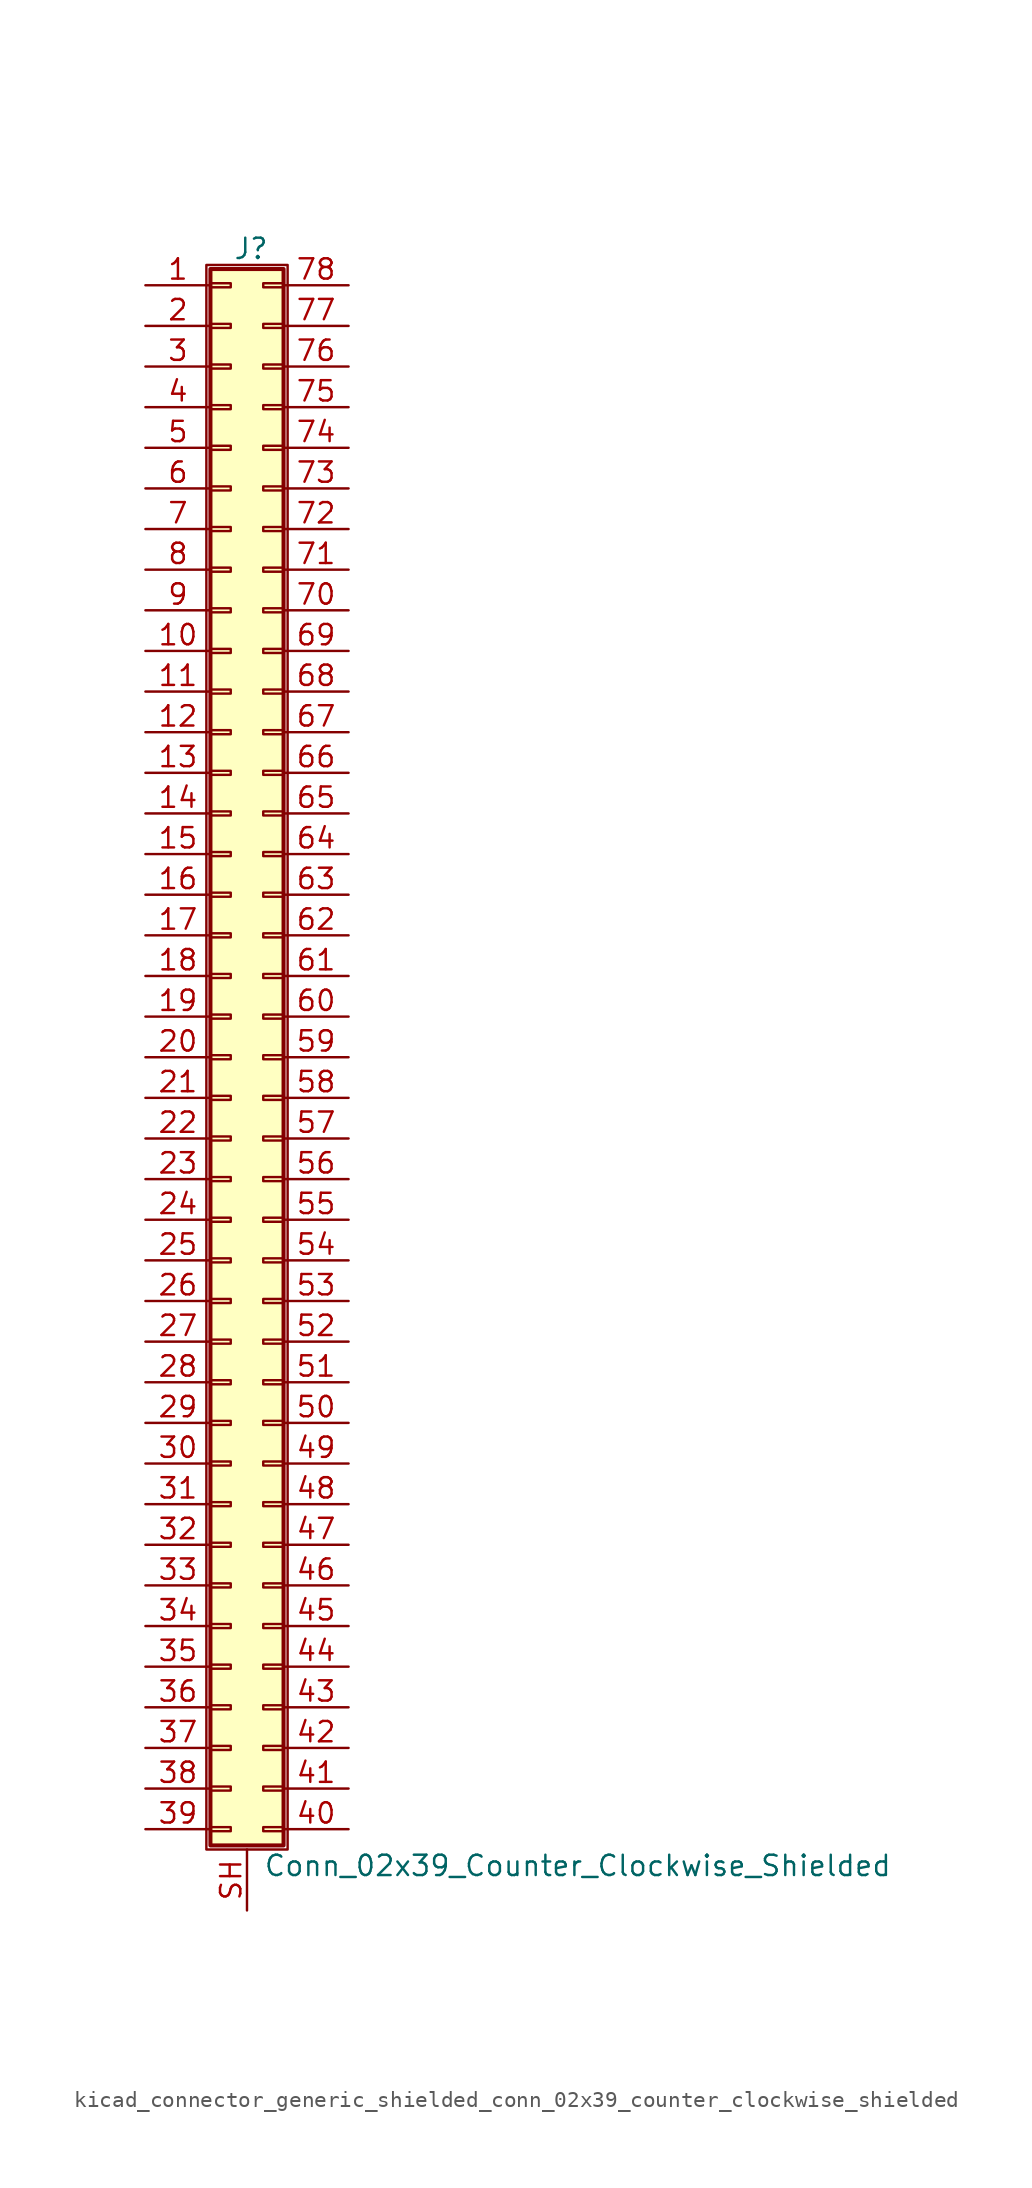
<source format=kicad_sym>
(kicad_symbol_lib
  (version 20220914)
  (generator kicad_symbol_editor)
  (symbol "kicad_connector_generic_shielded_conn_02x39_counter_clockwise_shielded"
    (pin_names
      (offset 1.016) hide)
    (property "Reference" "J"
      (at 1.524 50.546 0)
      (effects (font (size 1.27 1.27))))
    (property "Value" "Conn_02x39_Counter_Clockwise_Shielded"
      (at 2.286 -50.546 0)
      (effects (font (size 1.27 1.27)) (justify left)))
    (symbol "kicad_connector_generic_shielded_conn_02x39_counter_clockwise_shielded_1_1"
      (rectangle (start -1.27 49.53) (end 3.81 -49.53) (stroke (width 0.152) (type default)) (fill (type none)))
      (rectangle (start -1.016 -48.133) (end 0.254 -48.387) (stroke (width 0.152) (type default)) (fill (type none)))
      (rectangle (start -1.016 -45.593) (end 0.254 -45.847) (stroke (width 0.152) (type default)) (fill (type none)))
      (rectangle (start -1.016 -43.053) (end 0.254 -43.307) (stroke (width 0.152) (type default)) (fill (type none)))
      (rectangle (start -1.016 -40.513) (end 0.254 -40.767) (stroke (width 0.152) (type default)) (fill (type none)))
      (rectangle (start -1.016 -37.973) (end 0.254 -38.227) (stroke (width 0.152) (type default)) (fill (type none)))
      (rectangle (start -1.016 -35.433) (end 0.254 -35.687) (stroke (width 0.152) (type default)) (fill (type none)))
      (rectangle (start -1.016 -32.893) (end 0.254 -33.147) (stroke (width 0.152) (type default)) (fill (type none)))
      (rectangle (start -1.016 -30.353) (end 0.254 -30.607) (stroke (width 0.152) (type default)) (fill (type none)))
      (rectangle (start -1.016 -27.813) (end 0.254 -28.067) (stroke (width 0.152) (type default)) (fill (type none)))
      (rectangle (start -1.016 -25.273) (end 0.254 -25.527) (stroke (width 0.152) (type default)) (fill (type none)))
      (rectangle (start -1.016 -22.733) (end 0.254 -22.987) (stroke (width 0.152) (type default)) (fill (type none)))
      (rectangle (start -1.016 -20.193) (end 0.254 -20.447) (stroke (width 0.152) (type default)) (fill (type none)))
      (rectangle (start -1.016 -17.653) (end 0.254 -17.907) (stroke (width 0.152) (type default)) (fill (type none)))
      (rectangle (start -1.016 -15.113) (end 0.254 -15.367) (stroke (width 0.152) (type default)) (fill (type none)))
      (rectangle (start -1.016 -12.573) (end 0.254 -12.827) (stroke (width 0.152) (type default)) (fill (type none)))
      (rectangle (start -1.016 -10.033) (end 0.254 -10.287) (stroke (width 0.152) (type default)) (fill (type none)))
      (rectangle (start -1.016 -7.493) (end 0.254 -7.747) (stroke (width 0.152) (type default)) (fill (type none)))
      (rectangle (start -1.016 -4.953) (end 0.254 -5.207) (stroke (width 0.152) (type default)) (fill (type none)))
      (rectangle (start -1.016 -2.413) (end 0.254 -2.667) (stroke (width 0.152) (type default)) (fill (type none)))
      (rectangle (start -1.016 0.127) (end 0.254 -0.127) (stroke (width 0.152) (type default)) (fill (type none)))
      (rectangle (start -1.016 2.667) (end 0.254 2.413) (stroke (width 0.152) (type default)) (fill (type none)))
      (rectangle (start -1.016 5.207) (end 0.254 4.953) (stroke (width 0.152) (type default)) (fill (type none)))
      (rectangle (start -1.016 7.747) (end 0.254 7.493) (stroke (width 0.152) (type default)) (fill (type none)))
      (rectangle (start -1.016 10.287) (end 0.254 10.033) (stroke (width 0.152) (type default)) (fill (type none)))
      (rectangle (start -1.016 12.827) (end 0.254 12.573) (stroke (width 0.152) (type default)) (fill (type none)))
      (rectangle (start -1.016 15.367) (end 0.254 15.113) (stroke (width 0.152) (type default)) (fill (type none)))
      (rectangle (start -1.016 17.907) (end 0.254 17.653) (stroke (width 0.152) (type default)) (fill (type none)))
      (rectangle (start -1.016 20.447) (end 0.254 20.193) (stroke (width 0.152) (type default)) (fill (type none)))
      (rectangle (start -1.016 22.987) (end 0.254 22.733) (stroke (width 0.152) (type default)) (fill (type none)))
      (rectangle (start -1.016 25.527) (end 0.254 25.273) (stroke (width 0.152) (type default)) (fill (type none)))
      (rectangle (start -1.016 28.067) (end 0.254 27.813) (stroke (width 0.152) (type default)) (fill (type none)))
      (rectangle (start -1.016 30.607) (end 0.254 30.353) (stroke (width 0.152) (type default)) (fill (type none)))
      (rectangle (start -1.016 33.147) (end 0.254 32.893) (stroke (width 0.152) (type default)) (fill (type none)))
      (rectangle (start -1.016 35.687) (end 0.254 35.433) (stroke (width 0.152) (type default)) (fill (type none)))
      (rectangle (start -1.016 38.227) (end 0.254 37.973) (stroke (width 0.152) (type default)) (fill (type none)))
      (rectangle (start -1.016 40.767) (end 0.254 40.513) (stroke (width 0.152) (type default)) (fill (type none)))
      (rectangle (start -1.016 43.307) (end 0.254 43.053) (stroke (width 0.152) (type default)) (fill (type none)))
      (rectangle (start -1.016 45.847) (end 0.254 45.593) (stroke (width 0.152) (type default)) (fill (type none)))
      (rectangle (start -1.016 48.387) (end 0.254 48.133) (stroke (width 0.152) (type default)) (fill (type none)))
      (rectangle (start -1.016 49.276) (end 3.556 -49.276) (stroke (width 0.254) (type default)) (fill (type background)))
      (rectangle (start 3.556 -48.133) (end 2.286 -48.387) (stroke (width 0.152) (type default)) (fill (type none)))
      (rectangle (start 3.556 -45.593) (end 2.286 -45.847) (stroke (width 0.152) (type default)) (fill (type none)))
      (rectangle (start 3.556 -43.053) (end 2.286 -43.307) (stroke (width 0.152) (type default)) (fill (type none)))
      (rectangle (start 3.556 -40.513) (end 2.286 -40.767) (stroke (width 0.152) (type default)) (fill (type none)))
      (rectangle (start 3.556 -37.973) (end 2.286 -38.227) (stroke (width 0.152) (type default)) (fill (type none)))
      (rectangle (start 3.556 -35.433) (end 2.286 -35.687) (stroke (width 0.152) (type default)) (fill (type none)))
      (rectangle (start 3.556 -32.893) (end 2.286 -33.147) (stroke (width 0.152) (type default)) (fill (type none)))
      (rectangle (start 3.556 -30.353) (end 2.286 -30.607) (stroke (width 0.152) (type default)) (fill (type none)))
      (rectangle (start 3.556 -27.813) (end 2.286 -28.067) (stroke (width 0.152) (type default)) (fill (type none)))
      (rectangle (start 3.556 -25.273) (end 2.286 -25.527) (stroke (width 0.152) (type default)) (fill (type none)))
      (rectangle (start 3.556 -22.733) (end 2.286 -22.987) (stroke (width 0.152) (type default)) (fill (type none)))
      (rectangle (start 3.556 -20.193) (end 2.286 -20.447) (stroke (width 0.152) (type default)) (fill (type none)))
      (rectangle (start 3.556 -17.653) (end 2.286 -17.907) (stroke (width 0.152) (type default)) (fill (type none)))
      (rectangle (start 3.556 -15.113) (end 2.286 -15.367) (stroke (width 0.152) (type default)) (fill (type none)))
      (rectangle (start 3.556 -12.573) (end 2.286 -12.827) (stroke (width 0.152) (type default)) (fill (type none)))
      (rectangle (start 3.556 -10.033) (end 2.286 -10.287) (stroke (width 0.152) (type default)) (fill (type none)))
      (rectangle (start 3.556 -7.493) (end 2.286 -7.747) (stroke (width 0.152) (type default)) (fill (type none)))
      (rectangle (start 3.556 -4.953) (end 2.286 -5.207) (stroke (width 0.152) (type default)) (fill (type none)))
      (rectangle (start 3.556 -2.413) (end 2.286 -2.667) (stroke (width 0.152) (type default)) (fill (type none)))
      (rectangle (start 3.556 0.127) (end 2.286 -0.127) (stroke (width 0.152) (type default)) (fill (type none)))
      (rectangle (start 3.556 2.667) (end 2.286 2.413) (stroke (width 0.152) (type default)) (fill (type none)))
      (rectangle (start 3.556 5.207) (end 2.286 4.953) (stroke (width 0.152) (type default)) (fill (type none)))
      (rectangle (start 3.556 7.747) (end 2.286 7.493) (stroke (width 0.152) (type default)) (fill (type none)))
      (rectangle (start 3.556 10.287) (end 2.286 10.033) (stroke (width 0.152) (type default)) (fill (type none)))
      (rectangle (start 3.556 12.827) (end 2.286 12.573) (stroke (width 0.152) (type default)) (fill (type none)))
      (rectangle (start 3.556 15.367) (end 2.286 15.113) (stroke (width 0.152) (type default)) (fill (type none)))
      (rectangle (start 3.556 17.907) (end 2.286 17.653) (stroke (width 0.152) (type default)) (fill (type none)))
      (rectangle (start 3.556 20.447) (end 2.286 20.193) (stroke (width 0.152) (type default)) (fill (type none)))
      (rectangle (start 3.556 22.987) (end 2.286 22.733) (stroke (width 0.152) (type default)) (fill (type none)))
      (rectangle (start 3.556 25.527) (end 2.286 25.273) (stroke (width 0.152) (type default)) (fill (type none)))
      (rectangle (start 3.556 28.067) (end 2.286 27.813) (stroke (width 0.152) (type default)) (fill (type none)))
      (rectangle (start 3.556 30.607) (end 2.286 30.353) (stroke (width 0.152) (type default)) (fill (type none)))
      (rectangle (start 3.556 33.147) (end 2.286 32.893) (stroke (width 0.152) (type default)) (fill (type none)))
      (rectangle (start 3.556 35.687) (end 2.286 35.433) (stroke (width 0.152) (type default)) (fill (type none)))
      (rectangle (start 3.556 38.227) (end 2.286 37.973) (stroke (width 0.152) (type default)) (fill (type none)))
      (rectangle (start 3.556 40.767) (end 2.286 40.513) (stroke (width 0.152) (type default)) (fill (type none)))
      (rectangle (start 3.556 43.307) (end 2.286 43.053) (stroke (width 0.152) (type default)) (fill (type none)))
      (rectangle (start 3.556 45.847) (end 2.286 45.593) (stroke (width 0.152) (type default)) (fill (type none)))
      (rectangle (start 3.556 48.387) (end 2.286 48.133) (stroke (width 0.152) (type default)) (fill (type none)))
      (pin passive line (at -5.08 48.26 0) (length 4.064) (name "Pin_1" (effects (font (size 1.27 1.27)))) (number "1" (effects (font (size 1.27 1.27)))))
      (pin passive line (at -5.08 25.4 0) (length 4.064) (name "Pin_10" (effects (font (size 1.27 1.27)))) (number "10" (effects (font (size 1.27 1.27)))))
      (pin passive line (at -5.08 22.86 0) (length 4.064) (name "Pin_11" (effects (font (size 1.27 1.27)))) (number "11" (effects (font (size 1.27 1.27)))))
      (pin passive line (at -5.08 20.32 0) (length 4.064) (name "Pin_12" (effects (font (size 1.27 1.27)))) (number "12" (effects (font (size 1.27 1.27)))))
      (pin passive line (at -5.08 17.78 0) (length 4.064) (name "Pin_13" (effects (font (size 1.27 1.27)))) (number "13" (effects (font (size 1.27 1.27)))))
      (pin passive line (at -5.08 15.24 0) (length 4.064) (name "Pin_14" (effects (font (size 1.27 1.27)))) (number "14" (effects (font (size 1.27 1.27)))))
      (pin passive line (at -5.08 12.7 0) (length 4.064) (name "Pin_15" (effects (font (size 1.27 1.27)))) (number "15" (effects (font (size 1.27 1.27)))))
      (pin passive line (at -5.08 10.16 0) (length 4.064) (name "Pin_16" (effects (font (size 1.27 1.27)))) (number "16" (effects (font (size 1.27 1.27)))))
      (pin passive line (at -5.08 7.62 0) (length 4.064) (name "Pin_17" (effects (font (size 1.27 1.27)))) (number "17" (effects (font (size 1.27 1.27)))))
      (pin passive line (at -5.08 5.08 0) (length 4.064) (name "Pin_18" (effects (font (size 1.27 1.27)))) (number "18" (effects (font (size 1.27 1.27)))))
      (pin passive line (at -5.08 2.54 0) (length 4.064) (name "Pin_19" (effects (font (size 1.27 1.27)))) (number "19" (effects (font (size 1.27 1.27)))))
      (pin passive line (at -5.08 45.72 0) (length 4.064) (name "Pin_2" (effects (font (size 1.27 1.27)))) (number "2" (effects (font (size 1.27 1.27)))))
      (pin passive line (at -5.08 0 0) (length 4.064) (name "Pin_20" (effects (font (size 1.27 1.27)))) (number "20" (effects (font (size 1.27 1.27)))))
      (pin passive line (at -5.08 -2.54 0) (length 4.064) (name "Pin_21" (effects (font (size 1.27 1.27)))) (number "21" (effects (font (size 1.27 1.27)))))
      (pin passive line (at -5.08 -5.08 0) (length 4.064) (name "Pin_22" (effects (font (size 1.27 1.27)))) (number "22" (effects (font (size 1.27 1.27)))))
      (pin passive line (at -5.08 -7.62 0) (length 4.064) (name "Pin_23" (effects (font (size 1.27 1.27)))) (number "23" (effects (font (size 1.27 1.27)))))
      (pin passive line (at -5.08 -10.16 0) (length 4.064) (name "Pin_24" (effects (font (size 1.27 1.27)))) (number "24" (effects (font (size 1.27 1.27)))))
      (pin passive line (at -5.08 -12.7 0) (length 4.064) (name "Pin_25" (effects (font (size 1.27 1.27)))) (number "25" (effects (font (size 1.27 1.27)))))
      (pin passive line (at -5.08 -15.24 0) (length 4.064) (name "Pin_26" (effects (font (size 1.27 1.27)))) (number "26" (effects (font (size 1.27 1.27)))))
      (pin passive line (at -5.08 -17.78 0) (length 4.064) (name "Pin_27" (effects (font (size 1.27 1.27)))) (number "27" (effects (font (size 1.27 1.27)))))
      (pin passive line (at -5.08 -20.32 0) (length 4.064) (name "Pin_28" (effects (font (size 1.27 1.27)))) (number "28" (effects (font (size 1.27 1.27)))))
      (pin passive line (at -5.08 -22.86 0) (length 4.064) (name "Pin_29" (effects (font (size 1.27 1.27)))) (number "29" (effects (font (size 1.27 1.27)))))
      (pin passive line (at -5.08 43.18 0) (length 4.064) (name "Pin_3" (effects (font (size 1.27 1.27)))) (number "3" (effects (font (size 1.27 1.27)))))
      (pin passive line (at -5.08 -25.4 0) (length 4.064) (name "Pin_30" (effects (font (size 1.27 1.27)))) (number "30" (effects (font (size 1.27 1.27)))))
      (pin passive line (at -5.08 -27.94 0) (length 4.064) (name "Pin_31" (effects (font (size 1.27 1.27)))) (number "31" (effects (font (size 1.27 1.27)))))
      (pin passive line (at -5.08 -30.48 0) (length 4.064) (name "Pin_32" (effects (font (size 1.27 1.27)))) (number "32" (effects (font (size 1.27 1.27)))))
      (pin passive line (at -5.08 -33.02 0) (length 4.064) (name "Pin_33" (effects (font (size 1.27 1.27)))) (number "33" (effects (font (size 1.27 1.27)))))
      (pin passive line (at -5.08 -35.56 0) (length 4.064) (name "Pin_34" (effects (font (size 1.27 1.27)))) (number "34" (effects (font (size 1.27 1.27)))))
      (pin passive line (at -5.08 -38.1 0) (length 4.064) (name "Pin_35" (effects (font (size 1.27 1.27)))) (number "35" (effects (font (size 1.27 1.27)))))
      (pin passive line (at -5.08 -40.64 0) (length 4.064) (name "Pin_36" (effects (font (size 1.27 1.27)))) (number "36" (effects (font (size 1.27 1.27)))))
      (pin passive line (at -5.08 -43.18 0) (length 4.064) (name "Pin_37" (effects (font (size 1.27 1.27)))) (number "37" (effects (font (size 1.27 1.27)))))
      (pin passive line (at -5.08 -45.72 0) (length 4.064) (name "Pin_38" (effects (font (size 1.27 1.27)))) (number "38" (effects (font (size 1.27 1.27)))))
      (pin passive line (at -5.08 -48.26 0) (length 4.064) (name "Pin_39" (effects (font (size 1.27 1.27)))) (number "39" (effects (font (size 1.27 1.27)))))
      (pin passive line (at -5.08 40.64 0) (length 4.064) (name "Pin_4" (effects (font (size 1.27 1.27)))) (number "4" (effects (font (size 1.27 1.27)))))
      (pin passive line (at 7.62 -48.26 180) (length 4.064) (name "Pin_40" (effects (font (size 1.27 1.27)))) (number "40" (effects (font (size 1.27 1.27)))))
      (pin passive line (at 7.62 -45.72 180) (length 4.064) (name "Pin_41" (effects (font (size 1.27 1.27)))) (number "41" (effects (font (size 1.27 1.27)))))
      (pin passive line (at 7.62 -43.18 180) (length 4.064) (name "Pin_42" (effects (font (size 1.27 1.27)))) (number "42" (effects (font (size 1.27 1.27)))))
      (pin passive line (at 7.62 -40.64 180) (length 4.064) (name "Pin_43" (effects (font (size 1.27 1.27)))) (number "43" (effects (font (size 1.27 1.27)))))
      (pin passive line (at 7.62 -38.1 180) (length 4.064) (name "Pin_44" (effects (font (size 1.27 1.27)))) (number "44" (effects (font (size 1.27 1.27)))))
      (pin passive line (at 7.62 -35.56 180) (length 4.064) (name "Pin_45" (effects (font (size 1.27 1.27)))) (number "45" (effects (font (size 1.27 1.27)))))
      (pin passive line (at 7.62 -33.02 180) (length 4.064) (name "Pin_46" (effects (font (size 1.27 1.27)))) (number "46" (effects (font (size 1.27 1.27)))))
      (pin passive line (at 7.62 -30.48 180) (length 4.064) (name "Pin_47" (effects (font (size 1.27 1.27)))) (number "47" (effects (font (size 1.27 1.27)))))
      (pin passive line (at 7.62 -27.94 180) (length 4.064) (name "Pin_48" (effects (font (size 1.27 1.27)))) (number "48" (effects (font (size 1.27 1.27)))))
      (pin passive line (at 7.62 -25.4 180) (length 4.064) (name "Pin_49" (effects (font (size 1.27 1.27)))) (number "49" (effects (font (size 1.27 1.27)))))
      (pin passive line (at -5.08 38.1 0) (length 4.064) (name "Pin_5" (effects (font (size 1.27 1.27)))) (number "5" (effects (font (size 1.27 1.27)))))
      (pin passive line (at 7.62 -22.86 180) (length 4.064) (name "Pin_50" (effects (font (size 1.27 1.27)))) (number "50" (effects (font (size 1.27 1.27)))))
      (pin passive line (at 7.62 -20.32 180) (length 4.064) (name "Pin_51" (effects (font (size 1.27 1.27)))) (number "51" (effects (font (size 1.27 1.27)))))
      (pin passive line (at 7.62 -17.78 180) (length 4.064) (name "Pin_52" (effects (font (size 1.27 1.27)))) (number "52" (effects (font (size 1.27 1.27)))))
      (pin passive line (at 7.62 -15.24 180) (length 4.064) (name "Pin_53" (effects (font (size 1.27 1.27)))) (number "53" (effects (font (size 1.27 1.27)))))
      (pin passive line (at 7.62 -12.7 180) (length 4.064) (name "Pin_54" (effects (font (size 1.27 1.27)))) (number "54" (effects (font (size 1.27 1.27)))))
      (pin passive line (at 7.62 -10.16 180) (length 4.064) (name "Pin_55" (effects (font (size 1.27 1.27)))) (number "55" (effects (font (size 1.27 1.27)))))
      (pin passive line (at 7.62 -7.62 180) (length 4.064) (name "Pin_56" (effects (font (size 1.27 1.27)))) (number "56" (effects (font (size 1.27 1.27)))))
      (pin passive line (at 7.62 -5.08 180) (length 4.064) (name "Pin_57" (effects (font (size 1.27 1.27)))) (number "57" (effects (font (size 1.27 1.27)))))
      (pin passive line (at 7.62 -2.54 180) (length 4.064) (name "Pin_58" (effects (font (size 1.27 1.27)))) (number "58" (effects (font (size 1.27 1.27)))))
      (pin passive line (at 7.62 0 180) (length 4.064) (name "Pin_59" (effects (font (size 1.27 1.27)))) (number "59" (effects (font (size 1.27 1.27)))))
      (pin passive line (at -5.08 35.56 0) (length 4.064) (name "Pin_6" (effects (font (size 1.27 1.27)))) (number "6" (effects (font (size 1.27 1.27)))))
      (pin passive line (at 7.62 2.54 180) (length 4.064) (name "Pin_60" (effects (font (size 1.27 1.27)))) (number "60" (effects (font (size 1.27 1.27)))))
      (pin passive line (at 7.62 5.08 180) (length 4.064) (name "Pin_61" (effects (font (size 1.27 1.27)))) (number "61" (effects (font (size 1.27 1.27)))))
      (pin passive line (at 7.62 7.62 180) (length 4.064) (name "Pin_62" (effects (font (size 1.27 1.27)))) (number "62" (effects (font (size 1.27 1.27)))))
      (pin passive line (at 7.62 10.16 180) (length 4.064) (name "Pin_63" (effects (font (size 1.27 1.27)))) (number "63" (effects (font (size 1.27 1.27)))))
      (pin passive line (at 7.62 12.7 180) (length 4.064) (name "Pin_64" (effects (font (size 1.27 1.27)))) (number "64" (effects (font (size 1.27 1.27)))))
      (pin passive line (at 7.62 15.24 180) (length 4.064) (name "Pin_65" (effects (font (size 1.27 1.27)))) (number "65" (effects (font (size 1.27 1.27)))))
      (pin passive line (at 7.62 17.78 180) (length 4.064) (name "Pin_66" (effects (font (size 1.27 1.27)))) (number "66" (effects (font (size 1.27 1.27)))))
      (pin passive line (at 7.62 20.32 180) (length 4.064) (name "Pin_67" (effects (font (size 1.27 1.27)))) (number "67" (effects (font (size 1.27 1.27)))))
      (pin passive line (at 7.62 22.86 180) (length 4.064) (name "Pin_68" (effects (font (size 1.27 1.27)))) (number "68" (effects (font (size 1.27 1.27)))))
      (pin passive line (at 7.62 25.4 180) (length 4.064) (name "Pin_69" (effects (font (size 1.27 1.27)))) (number "69" (effects (font (size 1.27 1.27)))))
      (pin passive line (at -5.08 33.02 0) (length 4.064) (name "Pin_7" (effects (font (size 1.27 1.27)))) (number "7" (effects (font (size 1.27 1.27)))))
      (pin passive line (at 7.62 27.94 180) (length 4.064) (name "Pin_70" (effects (font (size 1.27 1.27)))) (number "70" (effects (font (size 1.27 1.27)))))
      (pin passive line (at 7.62 30.48 180) (length 4.064) (name "Pin_71" (effects (font (size 1.27 1.27)))) (number "71" (effects (font (size 1.27 1.27)))))
      (pin passive line (at 7.62 33.02 180) (length 4.064) (name "Pin_72" (effects (font (size 1.27 1.27)))) (number "72" (effects (font (size 1.27 1.27)))))
      (pin passive line (at 7.62 35.56 180) (length 4.064) (name "Pin_73" (effects (font (size 1.27 1.27)))) (number "73" (effects (font (size 1.27 1.27)))))
      (pin passive line (at 7.62 38.1 180) (length 4.064) (name "Pin_74" (effects (font (size 1.27 1.27)))) (number "74" (effects (font (size 1.27 1.27)))))
      (pin passive line (at 7.62 40.64 180) (length 4.064) (name "Pin_75" (effects (font (size 1.27 1.27)))) (number "75" (effects (font (size 1.27 1.27)))))
      (pin passive line (at 7.62 43.18 180) (length 4.064) (name "Pin_76" (effects (font (size 1.27 1.27)))) (number "76" (effects (font (size 1.27 1.27)))))
      (pin passive line (at 7.62 45.72 180) (length 4.064) (name "Pin_77" (effects (font (size 1.27 1.27)))) (number "77" (effects (font (size 1.27 1.27)))))
      (pin passive line (at 7.62 48.26 180) (length 4.064) (name "Pin_78" (effects (font (size 1.27 1.27)))) (number "78" (effects (font (size 1.27 1.27)))))
      (pin passive line (at -5.08 30.48 0) (length 4.064) (name "Pin_8" (effects (font (size 1.27 1.27)))) (number "8" (effects (font (size 1.27 1.27)))))
      (pin passive line (at -5.08 27.94 0) (length 4.064) (name "Pin_9" (effects (font (size 1.27 1.27)))) (number "9" (effects (font (size 1.27 1.27)))))
      (pin passive line (at 1.27 -53.34 90) (length 3.81) (name "Shield" (effects (font (size 1.27 1.27)))) (number "SH" (effects (font (size 1.27 1.27))))))))
</source>
